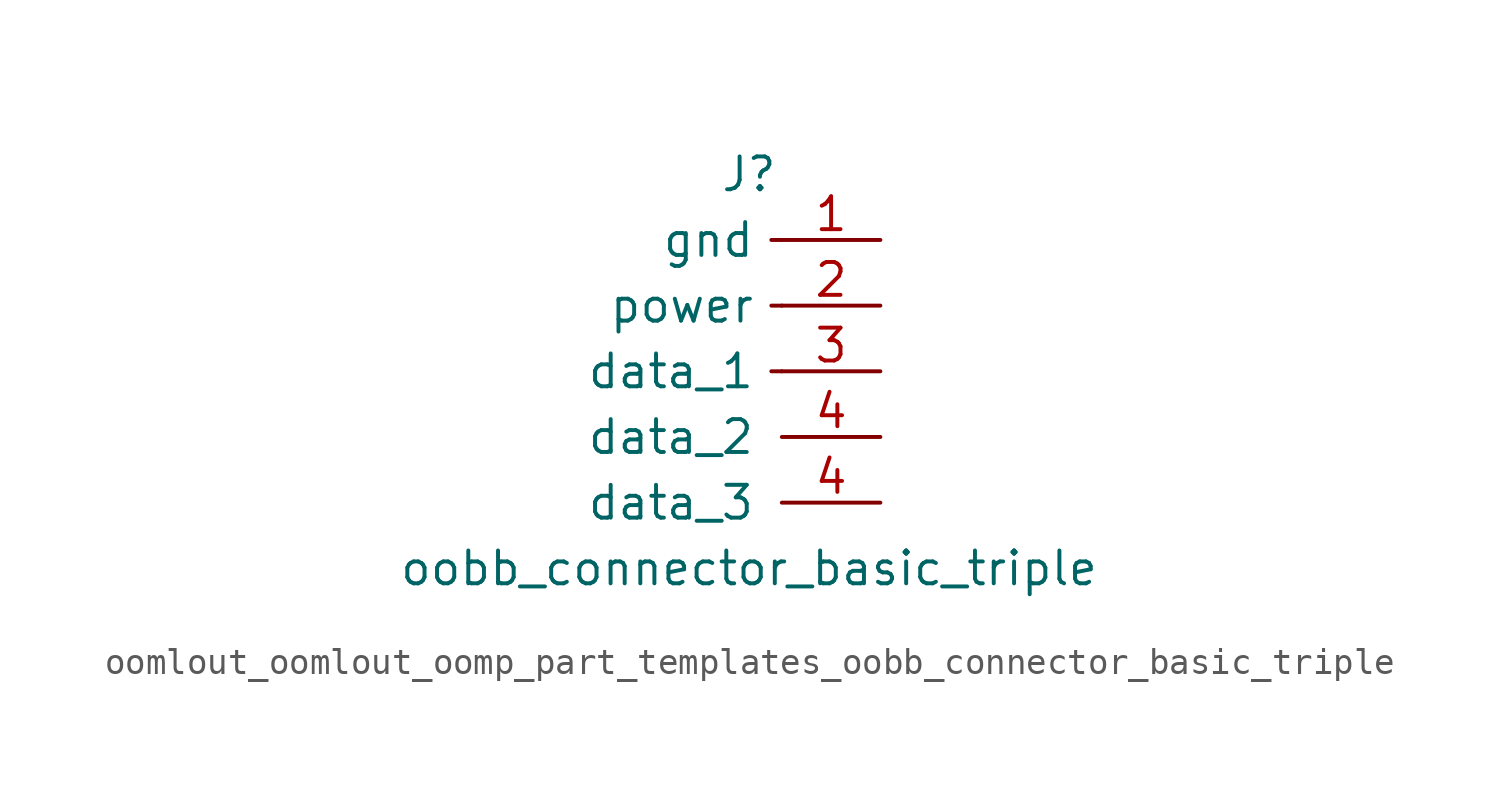
<source format=kicad_sym>
(kicad_symbol_lib
  (version 20220914)
  (generator kicad_symbol_editor)
  (symbol "oomlout_oomlout_oomp_part_templates_oobb_connector_basic_triple"
    (pin_names
      (offset 1.016))
    (property "Reference" "J"
      (at 0 5.08 0)
      (effects (font (size 1.27 1.27))))
    (property "Value" "oobb_connector_basic_triple"
      (at 0 -10.16 0)
      (effects (font (size 1.27 1.27))))
    (symbol "oomlout_oomlout_oomp_part_templates_oobb_connector_basic_triple_1_1"
      (polyline (pts (xy 1.27 -2.54) (xy 0.864 -2.54)) (stroke (width 0.152) (type default)) (fill (type none)))
      (polyline (pts (xy 1.27 0) (xy 0.864 0)) (stroke (width 0.152) (type default)) (fill (type none)))
      (polyline (pts (xy 1.27 2.54) (xy 0.864 2.54)) (stroke (width 0.152) (type default)) (fill (type none)))
      (pin passive line (at 5.08 2.54 180) (length 3.81) (name "gnd" (effects (font (size 1.27 1.27)))) (number "1" (effects (font (size 1.27 1.27)))))
      (pin passive line (at 5.08 0 180) (length 3.81) (name "power" (effects (font (size 1.27 1.27)))) (number "2" (effects (font (size 1.27 1.27)))))
      (pin passive line (at 5.08 -2.54 180) (length 3.81) (name "data_1" (effects (font (size 1.27 1.27)))) (number "3" (effects (font (size 1.27 1.27)))))
      (pin passive line (at 5.08 -5.08 180) (length 3.81) (name "data_2" (effects (font (size 1.27 1.27)))) (number "4" (effects (font (size 1.27 1.27)))))
      (pin passive line (at 5.08 -7.62 180) (length 3.81) (name "data_3" (effects (font (size 1.27 1.27)))) (number "4" (effects (font (size 1.27 1.27))))))))
</source>
